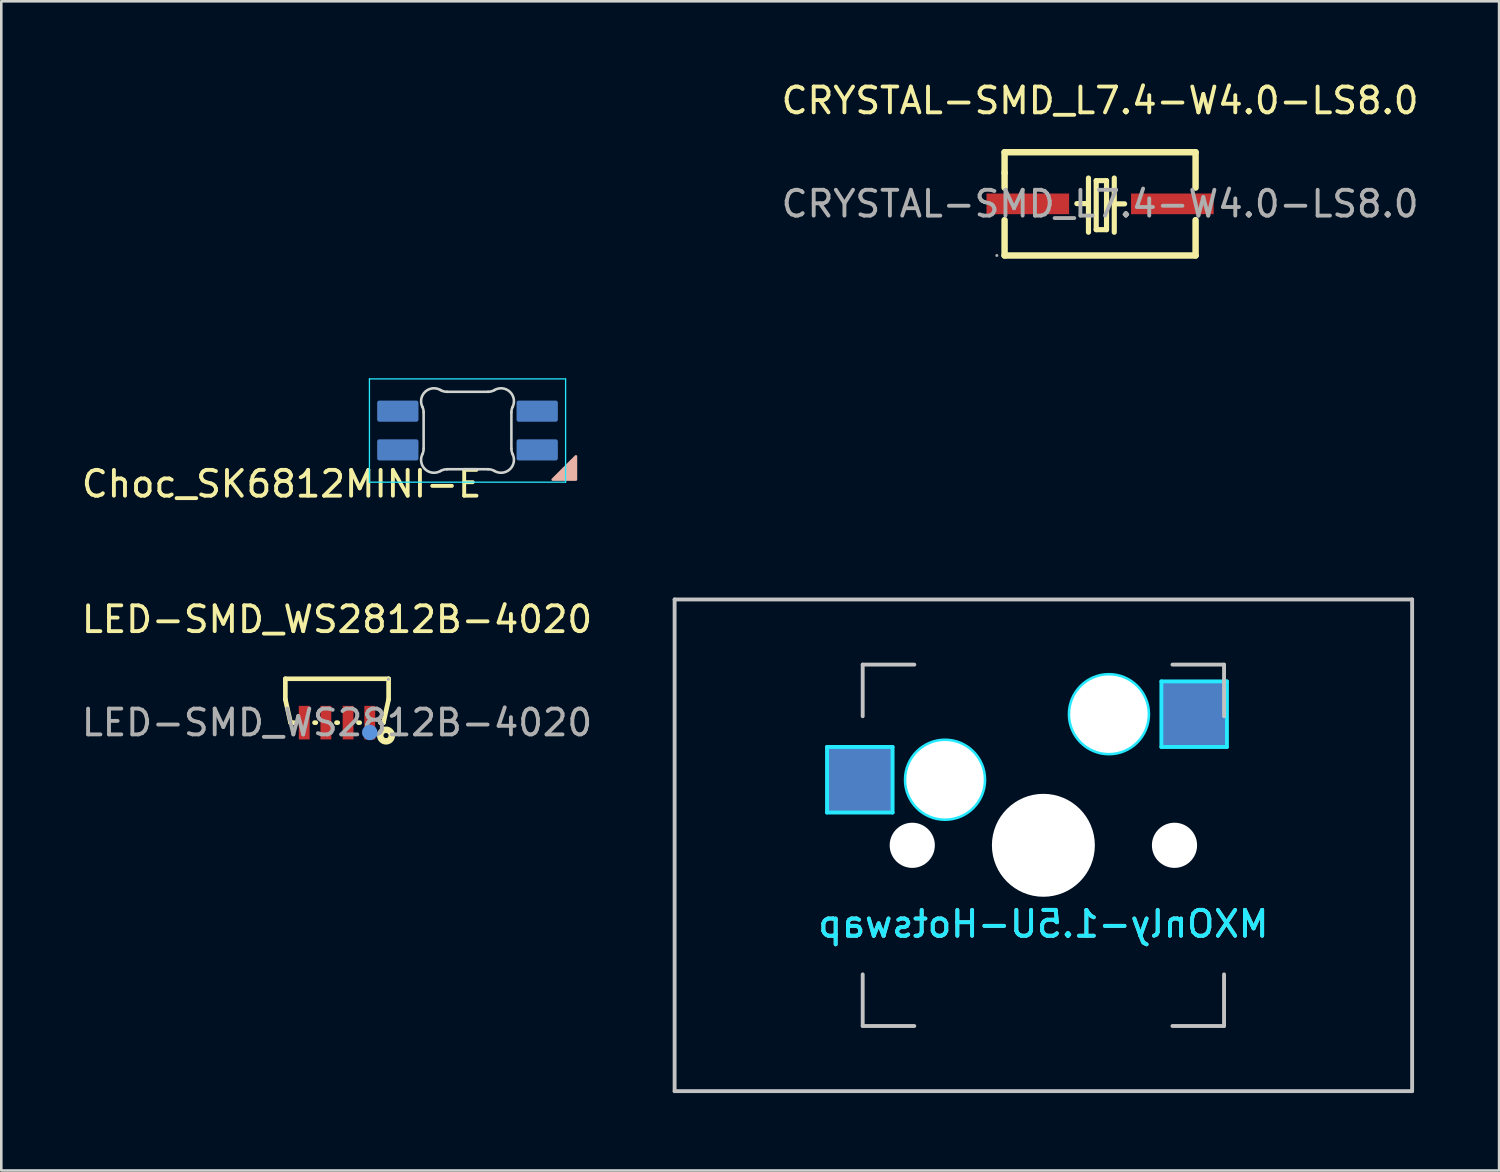
<source format=kicad_pcb>
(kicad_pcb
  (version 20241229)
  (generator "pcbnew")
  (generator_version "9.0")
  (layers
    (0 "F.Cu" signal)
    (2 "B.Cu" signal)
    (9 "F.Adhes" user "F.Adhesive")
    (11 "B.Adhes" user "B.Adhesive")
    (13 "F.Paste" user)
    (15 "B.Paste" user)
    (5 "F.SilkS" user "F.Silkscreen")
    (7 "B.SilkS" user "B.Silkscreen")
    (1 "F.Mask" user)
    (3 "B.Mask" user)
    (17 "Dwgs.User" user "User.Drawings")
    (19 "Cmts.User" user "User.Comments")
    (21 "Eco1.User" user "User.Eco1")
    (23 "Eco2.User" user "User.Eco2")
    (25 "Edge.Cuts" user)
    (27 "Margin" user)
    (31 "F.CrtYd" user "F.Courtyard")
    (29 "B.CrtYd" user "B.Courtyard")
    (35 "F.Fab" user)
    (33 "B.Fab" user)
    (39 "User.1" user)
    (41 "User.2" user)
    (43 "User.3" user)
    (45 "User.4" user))
  (footprint "LED-SMD_WS2812B-4020"
    (layer "F.Cu")
    (at 10.006 24.948)
    (property "Reference" "LED-SMD_WS2812B-4020" (at 0 -4 0) (layer "F.SilkS") (effects (font (size 1 1) (thickness 0.15))))
    (attr through_hole)
    (fp_line (start -2 -1.7) (end 2 -1.7) (stroke (width 0.18) (type solid)) (layer "F.SilkS"))
    (fp_line (start -2 -0.9) (end -2 -1.7) (stroke (width 0.18) (type solid)) (layer "F.SilkS"))
    (fp_line (start -1.8 0) (end -2 -0.9) (stroke (width 0.18) (type solid)) (layer "F.SilkS"))
    (fp_line (start -1.67 0) (end -1.8 0) (stroke (width 0.18) (type solid)) (layer "F.SilkS"))
    (fp_line (start -0.82 0) (end -0.87 0) (stroke (width 0.18) (type solid)) (layer "F.SilkS"))
    (fp_line (start 0.03 0) (end -0.02 0) (stroke (width 0.18) (type solid)) (layer "F.SilkS"))
    (fp_line (start 0.88 0) (end 0.83 0) (stroke (width 0.18) (type solid)) (layer "F.SilkS"))
    (fp_line (start 1.8 0) (end 1.68 0) (stroke (width 0.18) (type solid)) (layer "F.SilkS"))
    (fp_line (start 2 -1.7) (end 2 -0.9) (stroke (width 0.18) (type solid)) (layer "F.SilkS"))
    (fp_line (start 2 -0.9) (end 1.8 0) (stroke (width 0.18) (type solid)) (layer "F.SilkS"))
    (fp_circle (center 1.9 0.5) (end 2 0.5) (stroke (width 0.25) (type solid)) (fill no) (layer "F.SilkS"))
    (fp_circle (center 1.27 0.38) (end 1.42 0.38) (stroke (width 0.3) (type solid)) (fill no) (layer "Cmts.User"))
    (fp_circle (center 1.99 -1.68) (end 2.02 -1.68) (stroke (width 0.06) (type solid)) (fill no) (layer "F.Fab"))
    (fp_text user "${REFERENCE}" (at 0 0 0) (layer "F.Fab") (effects (font (size 1 1) (thickness 0.15))))
    (pad "1" smd rect (at 1.27 0) (size 0.42 1.3) (layers "F.Cu" "F.Mask" "F.Paste"))
    (pad "2" smd rect (at 0.43 0 180) (size 0.42 1.3) (layers "F.Cu" "F.Mask" "F.Paste"))
    (pad "3" smd rect (at -0.43 0 180) (size 0.42 1.3) (layers "F.Cu" "F.Mask" "F.Paste"))
    (pad "4" smd rect (at -1.27 0 180) (size 0.42 1.3) (layers "F.Cu" "F.Mask" "F.Paste")))
  (footprint "CRYSTAL-SMD_L7.4-W4.0-LS8.0"
    (layer "F.Cu")
    (at 39.571 4.848)
    (property "Reference" "CRYSTAL-SMD_L7.4-W4.0-LS8.0" (at 0 -4 0) (layer "F.SilkS") (effects (font (size 1 1) (thickness 0.15))))
    (attr through_hole)
    (fp_line (start -3.7 -2) (end 3.7 -2) (stroke (width 0.25) (type solid)) (layer "F.SilkS"))
    (fp_line (start -3.7 -1.2) (end -3.7 -2) (stroke (width 0.25) (type solid)) (layer "F.SilkS"))
    (fp_line (start -3.7 -0.63) (end -3.7 -1.2) (stroke (width 0.25) (type solid)) (layer "F.SilkS"))
    (fp_line (start -3.7 2) (end -3.7 0.63) (stroke (width 0.25) (type solid)) (layer "F.SilkS"))
    (fp_line (start -0.9 -0.01) (end -0.55 -0.01) (stroke (width 0.2) (type solid)) (layer "F.SilkS"))
    (fp_line (start -0.45 -1) (end -0.45 1.1) (stroke (width 0.2) (type solid)) (layer "F.SilkS"))
    (fp_line (start -0.15 -0.9) (end -0.15 1) (stroke (width 0.2) (type solid)) (layer "F.SilkS"))
    (fp_line (start -0.15 1) (end 0.25 1) (stroke (width 0.2) (type solid)) (layer "F.SilkS"))
    (fp_line (start 0.25 -0.9) (end -0.15 -0.9) (stroke (width 0.2) (type solid)) (layer "F.SilkS"))
    (fp_line (start 0.25 1) (end 0.25 -0.9) (stroke (width 0.2) (type solid)) (layer "F.SilkS"))
    (fp_line (start 0.55 -1) (end 0.55 1.1) (stroke (width 0.2) (type solid)) (layer "F.SilkS"))
    (fp_line (start 0.65 0) (end 0.95 0) (stroke (width 0.2) (type solid)) (layer "F.SilkS"))
    (fp_line (start 3.7 -2) (end 3.7 -0.63) (stroke (width 0.25) (type solid)) (layer "F.SilkS"))
    (fp_line (start 3.7 0.63) (end 3.7 2) (stroke (width 0.25) (type solid)) (layer "F.SilkS"))
    (fp_line (start 3.7 2) (end -3.7 2) (stroke (width 0.25) (type solid)) (layer "F.SilkS"))
    (fp_circle (center -4 2) (end -3.97 2) (stroke (width 0.06) (type solid)) (fill no) (layer "F.Fab"))
    (fp_text user "${REFERENCE}" (at 0 0 0) (layer "F.Fab") (effects (font (size 1 1) (thickness 0.15))))
    (pad "1" smd rect (at -2.8 0) (size 3.2 0.8) (layers "F.Cu" "F.Mask" "F.Paste"))
    (pad "2" smd rect (at 2.8 0) (size 3.2 0.8) (layers "F.Cu" "F.Mask" "F.Paste")))
  (footprint "MXOnly-1.5U-Hotswap"
    (layer "F.Cu")
    (at 37.374 29.7)
    (property "Reference" "MXOnly-1.5U-Hotswap" (at 0 3.048 0) (layer "B.CrtYd") (effects (font (size 1 1) (thickness 0.15)) (justify mirror)))
    (attr smd)
    (fp_line (start -14.287 -9.525) (end 14.287 -9.525) (stroke (width 0.15) (type solid)) (layer "Dwgs.User"))
    (fp_line (start -14.287 9.525) (end -14.287 -9.525) (stroke (width 0.15) (type solid)) (layer "Dwgs.User"))
    (fp_line (start -7 -7) (end -7 -5) (stroke (width 0.15) (type solid)) (layer "Dwgs.User"))
    (fp_line (start -7 5) (end -7 7) (stroke (width 0.15) (type solid)) (layer "Dwgs.User"))
    (fp_line (start -7 7) (end -5 7) (stroke (width 0.15) (type solid)) (layer "Dwgs.User"))
    (fp_line (start -5 -7) (end -7 -7) (stroke (width 0.15) (type solid)) (layer "Dwgs.User"))
    (fp_line (start 5 -7) (end 7 -7) (stroke (width 0.15) (type solid)) (layer "Dwgs.User"))
    (fp_line (start 5 7) (end 7 7) (stroke (width 0.15) (type solid)) (layer "Dwgs.User"))
    (fp_line (start 7 -7) (end 7 -5) (stroke (width 0.15) (type solid)) (layer "Dwgs.User"))
    (fp_line (start 7 7) (end 7 5) (stroke (width 0.15) (type solid)) (layer "Dwgs.User"))
    (fp_line (start 14.287 -9.525) (end 14.287 9.525) (stroke (width 0.15) (type solid)) (layer "Dwgs.User"))
    (fp_line (start 14.287 9.525) (end -14.287 9.525) (stroke (width 0.15) (type solid)) (layer "Dwgs.User"))
    (fp_line (start -8.382 -3.81) (end -5.842 -3.81) (stroke (width 0.15) (type solid)) (layer "B.CrtYd"))
    (fp_line (start -8.382 -1.27) (end -8.382 -3.81) (stroke (width 0.15) (type solid)) (layer "B.CrtYd"))
    (fp_line (start -5.842 -3.81) (end -5.842 -1.27) (stroke (width 0.15) (type solid)) (layer "B.CrtYd"))
    (fp_line (start -5.842 -1.27) (end -8.382 -1.27) (stroke (width 0.15) (type solid)) (layer "B.CrtYd"))
    (fp_line (start 4.572 -6.35) (end 7.112 -6.35) (stroke (width 0.15) (type solid)) (layer "B.CrtYd"))
    (fp_line (start 4.572 -3.81) (end 4.572 -6.35) (stroke (width 0.15) (type solid)) (layer "B.CrtYd"))
    (fp_line (start 7.112 -6.35) (end 7.112 -3.81) (stroke (width 0.15) (type solid)) (layer "B.CrtYd"))
    (fp_line (start 7.112 -3.81) (end 4.572 -3.81) (stroke (width 0.15) (type solid)) (layer "B.CrtYd"))
    (fp_circle (center -3.81 -2.54) (end -3.81 -4.064) (stroke (width 0.15) (type solid)) (fill no) (layer "B.CrtYd"))
    (fp_circle (center 2.54 -5.08) (end 2.54 -6.604) (stroke (width 0.15) (type solid)) (fill no) (layer "B.CrtYd"))
    (fp_text user "${REFERENCE}" (at 0 3.048 0) (layer "B.SilkS") (effects (font (size 1 1) (thickness 0.15)) (justify mirror)))
    (pad "" np_thru_hole circle (at -5.08 0 48.1) (size 1.75 1.75) (drill 1.75) (layers "*.Cu" "*.Mask"))
    (pad "" np_thru_hole circle (at -3.81 -2.54) (size 3 3) (drill 3) (layers "*.Cu" "*.Mask"))
    (pad "" np_thru_hole circle (at 0 0) (size 3.988 3.988) (drill 3.988) (layers "*.Cu" "*.Mask"))
    (pad "" np_thru_hole circle (at 2.54 -5.08) (size 3 3) (drill 3) (layers "*.Cu" "*.Mask"))
    (pad "" np_thru_hole circle (at 5.08 0 48.1) (size 1.75 1.75) (drill 1.75) (layers "*.Cu" "*.Mask"))
    (pad "1" smd rect (at -7.085 -2.54) (size 2.55 2.5) (layers "B.Cu" "B.Mask" "B.Paste"))
    (pad "2" smd rect (at 5.842 -5.08) (size 2.55 2.5) (layers "B.Cu" "B.Mask" "B.Paste")))
  (footprint "Choc_SK6812MINI-E"
    (layer "F.Cu")
    (at 15.063 8.55)
    (property "Reference" "Choc_SK6812MINI-E" (at -7.2 7.15 0) (layer "F.SilkS") (effects (font (size 1 1) (thickness 0.15))))
    (attr through_hole)
    (fp_poly (pts (xy 4.2 6.08) (xy 3.3 6.98) (xy 4.2 6.98)) (stroke (width 0.1) (type solid)) (fill yes) (layer "B.SilkS"))
    (fp_line (start -1.7 5.783) (end -1.7 4.377) (stroke (width 0.1) (type solid)) (layer "Edge.Cuts"))
    (fp_line (start -0.794 3.58) (end 0.794 3.58) (stroke (width 0.1) (type solid)) (layer "Edge.Cuts"))
    (fp_line (start 0.794 6.58) (end -0.794 6.58) (stroke (width 0.1) (type solid)) (layer "Edge.Cuts"))
    (fp_line (start 1.7 4.377) (end 1.7 5.783) (stroke (width 0.1) (type solid)) (layer "Edge.Cuts"))
    (fp_arc (start -1.749484 4.160279) (mid -1.712527 4.265931) (end -1.699999 4.377157) (stroke (width 0.1) (type solid)) (layer "Edge.Cuts"))
    (fp_arc (start -1.749484 4.160279) (mid -1.638071 3.575964) (end -1.046711 3.5117) (stroke (width 0.1) (type solid)) (layer "Edge.Cuts"))
    (fp_arc (start -1.699999 5.782842) (mid -1.712527 5.894067) (end -1.749484 5.999719) (stroke (width 0.1) (type solid)) (layer "Edge.Cuts"))
    (fp_arc (start -1.046711 6.648296) (mid -1.63807 6.584033) (end -1.749484 5.999719) (stroke (width 0.1) (type solid)) (layer "Edge.Cuts"))
    (fp_arc (start -1.04671 6.648298) (mid -0.925122 6.597376) (end -0.794452 6.579999) (stroke (width 0.1) (type solid)) (layer "Edge.Cuts"))
    (fp_arc (start -0.794453 3.579999) (mid -0.925123 3.562622) (end -1.046711 3.5117) (stroke (width 0.1) (type solid)) (layer "Edge.Cuts"))
    (fp_arc (start 0.794452 6.579999) (mid 0.925123 6.597376) (end 1.046711 6.648298) (stroke (width 0.1) (type solid)) (layer "Edge.Cuts"))
    (fp_arc (start 1.046711 3.511701) (mid 0.925123 3.562623) (end 0.794453 3.58) (stroke (width 0.1) (type solid)) (layer "Edge.Cuts"))
    (fp_arc (start 1.046711 3.511701) (mid 1.638071 3.575965) (end 1.749484 4.160279) (stroke (width 0.1) (type solid)) (layer "Edge.Cuts"))
    (fp_arc (start 1.699999 4.377156) (mid 1.712527 4.265931) (end 1.749484 4.160279) (stroke (width 0.1) (type solid)) (layer "Edge.Cuts"))
    (fp_arc (start 1.749484 5.999718) (mid 1.638072 6.584034) (end 1.046711 6.648298) (stroke (width 0.1) (type solid)) (layer "Edge.Cuts"))
    (fp_arc (start 1.749484 5.999719) (mid 1.712527 5.894067) (end 1.699999 5.782841) (stroke (width 0.1) (type solid)) (layer "Edge.Cuts"))
    (fp_line (start -3.8 3.08) (end -3.8 7.08) (stroke (width 0.05) (type solid)) (layer "B.CrtYd"))
    (fp_line (start -3.8 7.08) (end 3.8 7.08) (stroke (width 0.05) (type solid)) (layer "B.CrtYd"))
    (fp_line (start 3.8 3.08) (end -3.8 3.08) (stroke (width 0.05) (type solid)) (layer "B.CrtYd"))
    (fp_line (start 3.8 7.08) (end 3.8 3.08) (stroke (width 0.05) (type solid)) (layer "B.CrtYd"))
    (fp_line (start -9 -8.5) (end -9 8.5) (stroke (width 0.1) (type solid)) (layer "User.2"))
    (fp_line (start -9 8.5) (end 9 8.5) (stroke (width 0.1) (type solid)) (layer "User.2"))
    (fp_line (start -1.6 3.68) (end -1.6 6.48) (stroke (width 0.12) (type solid)) (layer "User.2"))
    (fp_line (start -1.6 6.48) (end 1.1 6.48) (stroke (width 0.12) (type solid)) (layer "User.2"))
    (fp_line (start 1.6 3.68) (end -1.6 3.68) (stroke (width 0.12) (type solid)) (layer "User.2"))
    (fp_line (start 1.6 5.98) (end 1.1 6.48) (stroke (width 0.12) (type solid)) (layer "User.2"))
    (fp_line (start 1.6 5.98) (end 1.6 3.68) (stroke (width 0.12) (type solid)) (layer "User.2"))
    (fp_line (start 9 -8.5) (end -9 -8.5) (stroke (width 0.1) (type solid)) (layer "User.2"))
    (fp_line (start 9 8.5) (end 9 -8.5) (stroke (width 0.1) (type solid)) (layer "User.2"))
    (pad "1" smd roundrect (at -2.7 4.33 270) (size 0.82 1.6) (layers "B.Cu" "B.Mask" "B.Paste") (roundrect_rratio 0.1))
    (pad "2" smd roundrect (at -2.7 5.83 270) (size 0.82 1.6) (layers "B.Cu" "B.Mask" "B.Paste") (roundrect_rratio 0.1))
    (pad "3" smd roundrect (at 2.7 5.83 270) (size 0.82 1.6) (layers "B.Cu" "B.Mask" "B.Paste") (roundrect_rratio 0.1))
    (pad "4" smd roundrect (at 2.7 4.33 270) (size 0.82 1.6) (layers "B.Cu" "B.Mask" "B.Paste") (roundrect_rratio 0.1)))
  (gr_rect
    (start -3 -3)
    (end 55.03 42.3)
    (stroke (width 0.1) (type default))
    (fill no)
    (layer "Edge.Cuts")))
</source>
